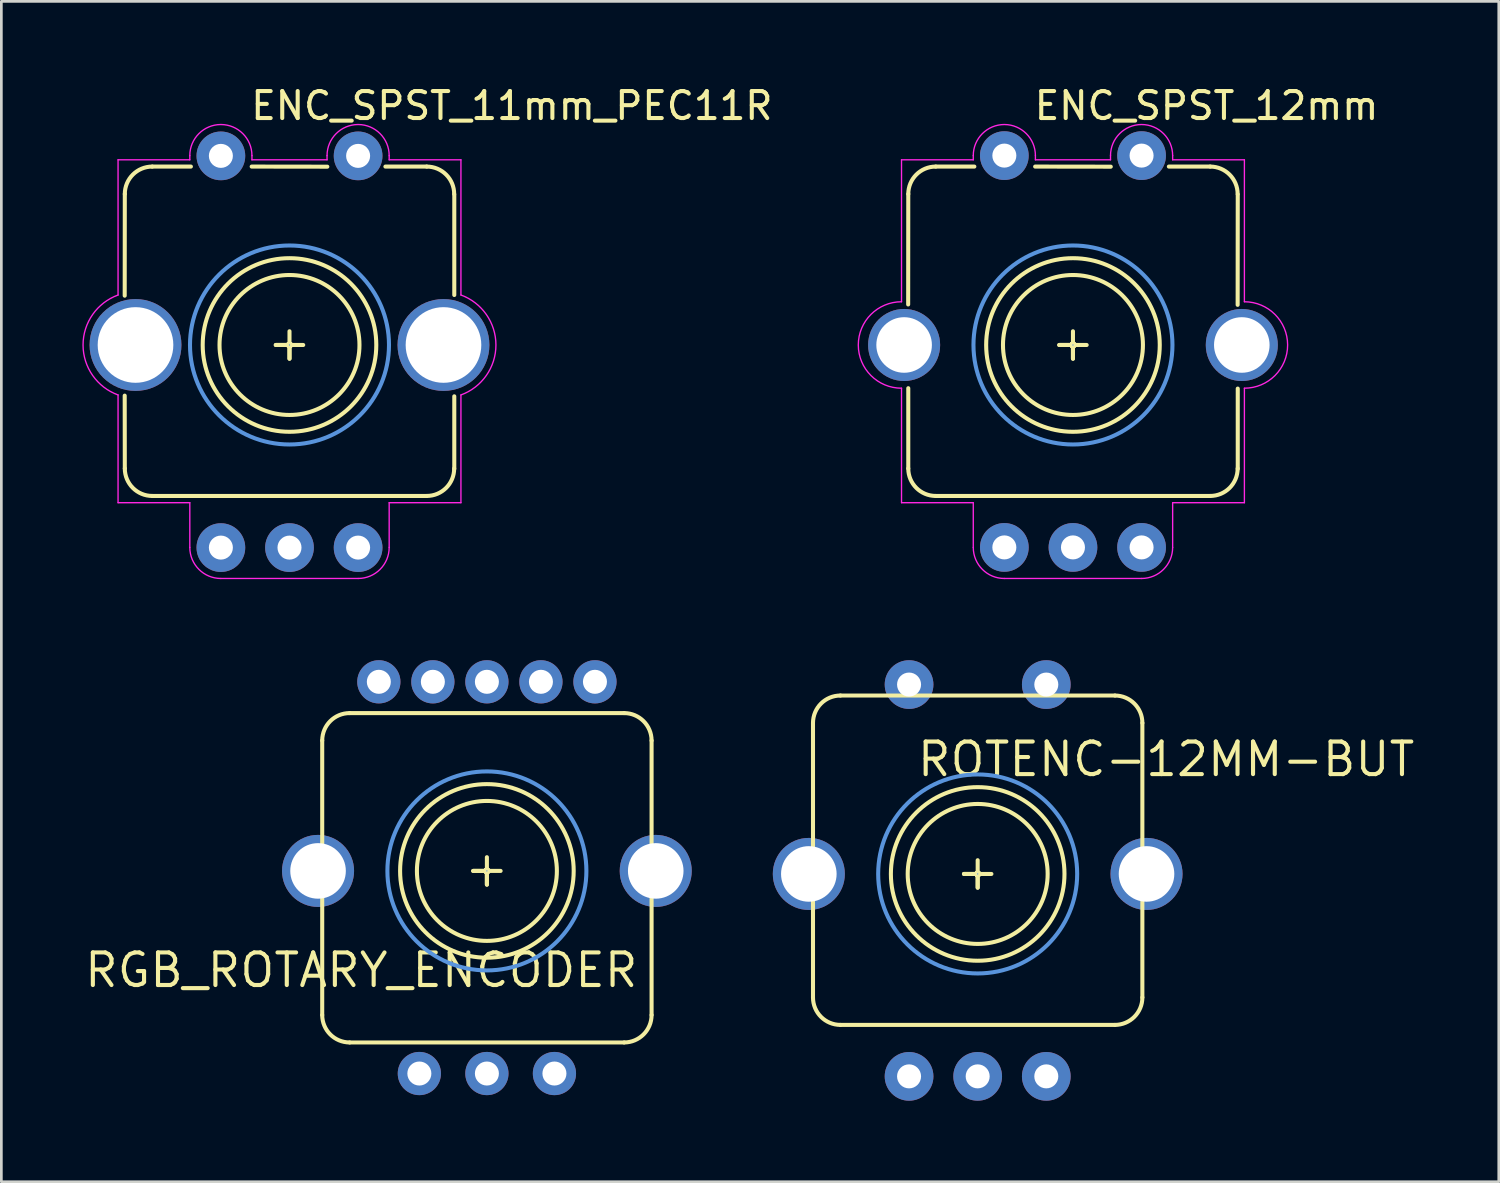
<source format=kicad_pcb>
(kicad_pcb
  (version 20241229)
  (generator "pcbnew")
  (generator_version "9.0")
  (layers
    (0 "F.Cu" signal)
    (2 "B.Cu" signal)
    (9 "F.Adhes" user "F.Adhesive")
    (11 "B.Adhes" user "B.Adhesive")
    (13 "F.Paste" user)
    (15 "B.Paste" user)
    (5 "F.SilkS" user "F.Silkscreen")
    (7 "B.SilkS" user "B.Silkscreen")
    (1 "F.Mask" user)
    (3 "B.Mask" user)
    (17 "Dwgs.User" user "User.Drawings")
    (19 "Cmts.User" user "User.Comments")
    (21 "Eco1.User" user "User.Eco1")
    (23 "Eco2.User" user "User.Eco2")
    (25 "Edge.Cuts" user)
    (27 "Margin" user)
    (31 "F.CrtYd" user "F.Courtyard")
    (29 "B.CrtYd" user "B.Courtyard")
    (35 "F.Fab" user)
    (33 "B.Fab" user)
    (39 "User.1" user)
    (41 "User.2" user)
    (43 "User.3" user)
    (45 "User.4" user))
  (footprint "RGB_ROTARY_ENCODER"
    (layer "F.Cu")
    (at 14.973 29.188)
    (property "Reference" "RGB_ROTARY_ENCODER" (at -14.973 4.379 0) (layer "F.SilkS") (effects (font (size 1.206 1.206) (thickness 0.152)) (justify left bottom)))
    (attr through_hole)
    (fp_line (start -6.096 5.334) (end -6.096 -4.826) (stroke (width 0.15) (type solid)) (layer "F.SilkS"))
    (fp_line (start -5.08 -5.842) (end 5.08 -5.842) (stroke (width 0.15) (type solid)) (layer "F.SilkS"))
    (fp_line (start -0.508 0) (end 0 0) (stroke (width 0.15) (type solid)) (layer "F.SilkS"))
    (fp_line (start 0 -0.508) (end 0 0.508) (stroke (width 0.15) (type solid)) (layer "F.SilkS"))
    (fp_line (start 0 0) (end -0.508 0) (stroke (width 0.15) (type solid)) (layer "F.SilkS"))
    (fp_line (start 0 0) (end 0 0) (stroke (width 0.127) (type solid)) (layer "F.SilkS"))
    (fp_line (start 0 0) (end 0 0) (stroke (width 0.127) (type solid)) (layer "F.SilkS"))
    (fp_line (start 0 0) (end 0 0) (stroke (width 0.127) (type solid)) (layer "F.SilkS"))
    (fp_line (start 0 0) (end 0 0) (stroke (width 0.127) (type solid)) (layer "F.SilkS"))
    (fp_line (start 0 0) (end 0.508 0) (stroke (width 0.15) (type solid)) (layer "F.SilkS"))
    (fp_line (start 0 0.508) (end 0 0) (stroke (width 0.15) (type solid)) (layer "F.SilkS"))
    (fp_line (start 5.08 6.35) (end -5.08 6.35) (stroke (width 0.15) (type solid)) (layer "F.SilkS"))
    (fp_line (start 6.096 -4.826) (end 6.096 5.334) (stroke (width 0.15) (type solid)) (layer "F.SilkS"))
    (fp_arc (start -6.096 -4.826) (mid -5.79842 -5.54442) (end -5.08 -5.842) (stroke (width 0.15) (type solid)) (layer "F.SilkS"))
    (fp_arc (start -5.08 6.35) (mid -5.79842 6.05242) (end -6.096 5.334) (stroke (width 0.15) (type solid)) (layer "F.SilkS"))
    (fp_arc (start 0 0) (mid 0 0) (end 0 0) (stroke (width 0.127) (type solid)) (layer "F.SilkS"))
    (fp_arc (start 0 0) (mid 0 0) (end 0 0) (stroke (width 0.127) (type solid)) (layer "F.SilkS"))
    (fp_arc (start 0 0) (mid 0 0) (end 0 0) (stroke (width 0.127) (type solid)) (layer "F.SilkS"))
    (fp_arc (start 0 0) (mid 0 0) (end 0 0) (stroke (width 0.127) (type solid)) (layer "F.SilkS"))
    (fp_arc (start 5.08 -5.842) (mid 5.79842 -5.54442) (end 6.096 -4.826) (stroke (width 0.15) (type solid)) (layer "F.SilkS"))
    (fp_arc (start 6.096 5.334) (mid 5.79842 6.05242) (end 5.08 6.35) (stroke (width 0.15) (type solid)) (layer "F.SilkS"))
    (fp_circle (center 0 0) (end 0 0) (stroke (width 0.127) (type solid)) (fill no) (layer "F.SilkS"))
    (fp_circle (center 0 0) (end 0 0) (stroke (width 0.127) (type solid)) (fill no) (layer "F.SilkS"))
    (fp_circle (center 0 0) (end 0.508 2.54) (stroke (width 0.15) (type solid)) (fill no) (layer "F.SilkS"))
    (fp_circle (center 0 0) (end 1.016 3.048) (stroke (width 0.15) (type solid)) (fill no) (layer "F.SilkS"))
    (fp_circle (center 0 0) (end 0 0) (stroke (width 0.025) (type solid)) (fill no) (layer "Cmts.User"))
    (fp_circle (center 0 0) (end 3.683 0) (stroke (width 0.15) (type solid)) (fill no) (layer "Cmts.User"))
    (pad "1" thru_hole circle (at -2.5 7.5 90) (size 1.6 1.6) (drill 0.889) (layers "*.Cu" "*.Mask"))
    (pad "2" thru_hole circle (at 0 7.5 90) (size 1.6 1.6) (drill 0.889) (layers "*.Cu" "*.Mask"))
    (pad "3" thru_hole circle (at 2.5 7.5 90) (size 1.6 1.6) (drill 0.889) (layers "*.Cu" "*.Mask"))
    (pad "4" thru_hole circle (at -4 -7 90) (size 1.6 1.6) (drill 0.889) (layers "*.Cu" "*.Mask"))
    (pad "5" thru_hole circle (at -2 -7 90) (size 1.6 1.6) (drill 0.889) (layers "*.Cu" "*.Mask"))
    (pad "6" thru_hole circle (at 0 -7 90) (size 1.6 1.6) (drill 0.889) (layers "*.Cu" "*.Mask"))
    (pad "7" thru_hole circle (at 2 -7 90) (size 1.6 1.6) (drill 0.889) (layers "*.Cu" "*.Mask"))
    (pad "8" thru_hole circle (at 4 -7 90) (size 1.6 1.6) (drill 0.889) (layers "*.Cu" "*.Mask"))
    (pad "NC" thru_hole circle (at -6.25 0) (size 2.667 2.667) (drill 2.057) (layers "*.Cu" "*.Mask"))
    (pad "NC" thru_hole circle (at 6.25 0) (size 2.667 2.667) (drill 2.057) (layers "*.Cu" "*.Mask")))
  (footprint "ROTENC-12MM-BUT"
    (layer "F.Cu")
    (at 33.14 29.3)
    (property "Reference" "ROTENC-12MM-BUT" (at -2.312 -3.54 0) (layer "F.SilkS") (effects (font (size 1.206 1.206) (thickness 0.152)) (justify left bottom)))
    (attr through_hole)
    (fp_line (start -6.096 4.572) (end -6.096 -5.588) (stroke (width 0.15) (type solid)) (layer "F.SilkS"))
    (fp_line (start -5.08 -6.604) (end 5.08 -6.604) (stroke (width 0.15) (type solid)) (layer "F.SilkS"))
    (fp_line (start -0.508 0) (end 0 0) (stroke (width 0.15) (type solid)) (layer "F.SilkS"))
    (fp_line (start 0 -0.508) (end 0 0.508) (stroke (width 0.15) (type solid)) (layer "F.SilkS"))
    (fp_line (start 0 0) (end -0.508 0) (stroke (width 0.15) (type solid)) (layer "F.SilkS"))
    (fp_line (start 0 0) (end 0 0) (stroke (width 0.127) (type solid)) (layer "F.SilkS"))
    (fp_line (start 0 0) (end 0 0) (stroke (width 0.127) (type solid)) (layer "F.SilkS"))
    (fp_line (start 0 0) (end 0 0) (stroke (width 0.127) (type solid)) (layer "F.SilkS"))
    (fp_line (start 0 0) (end 0 0) (stroke (width 0.127) (type solid)) (layer "F.SilkS"))
    (fp_line (start 0 0) (end 0.508 0) (stroke (width 0.15) (type solid)) (layer "F.SilkS"))
    (fp_line (start 0 0.508) (end 0 0) (stroke (width 0.15) (type solid)) (layer "F.SilkS"))
    (fp_line (start 5.08 5.588) (end -5.08 5.588) (stroke (width 0.15) (type solid)) (layer "F.SilkS"))
    (fp_line (start 6.096 -5.588) (end 6.096 4.572) (stroke (width 0.15) (type solid)) (layer "F.SilkS"))
    (fp_arc (start -6.096 -5.588) (mid -5.79842 -6.30642) (end -5.08 -6.604) (stroke (width 0.15) (type solid)) (layer "F.SilkS"))
    (fp_arc (start -5.08 5.588) (mid -5.79842 5.29042) (end -6.096 4.572) (stroke (width 0.15) (type solid)) (layer "F.SilkS"))
    (fp_arc (start 0 0) (mid 0 0) (end 0 0) (stroke (width 0.127) (type solid)) (layer "F.SilkS"))
    (fp_arc (start 0 0) (mid 0 0) (end 0 0) (stroke (width 0.127) (type solid)) (layer "F.SilkS"))
    (fp_arc (start 0 0) (mid 0 0) (end 0 0) (stroke (width 0.127) (type solid)) (layer "F.SilkS"))
    (fp_arc (start 0 0) (mid 0 0) (end 0 0) (stroke (width 0.127) (type solid)) (layer "F.SilkS"))
    (fp_arc (start 5.08 -6.604) (mid 5.79842 -6.30642) (end 6.096 -5.588) (stroke (width 0.15) (type solid)) (layer "F.SilkS"))
    (fp_arc (start 6.096 4.572) (mid 5.79842 5.29042) (end 5.08 5.588) (stroke (width 0.15) (type solid)) (layer "F.SilkS"))
    (fp_circle (center 0 0) (end 0 0) (stroke (width 0.127) (type solid)) (fill no) (layer "F.SilkS"))
    (fp_circle (center 0 0) (end 0 0) (stroke (width 0.127) (type solid)) (fill no) (layer "F.SilkS"))
    (fp_circle (center 0 0) (end 0.508 2.54) (stroke (width 0.15) (type solid)) (fill no) (layer "F.SilkS"))
    (fp_circle (center 0 0) (end 1.016 3.048) (stroke (width 0.15) (type solid)) (fill no) (layer "F.SilkS"))
    (fp_circle (center 0 0) (end 0 0) (stroke (width 0.025) (type solid)) (fill no) (layer "Cmts.User"))
    (fp_circle (center 0 0) (end 3.683 0) (stroke (width 0.15) (type solid)) (fill no) (layer "Cmts.User"))
    (pad "1" thru_hole circle (at -2.54 7.493 90) (size 1.803 1.803) (drill 0.889) (layers "*.Cu" "*.Mask"))
    (pad "2" thru_hole circle (at 0 7.493 90) (size 1.803 1.803) (drill 0.889) (layers "*.Cu" "*.Mask"))
    (pad "3" thru_hole circle (at 2.54 7.493 90) (size 1.803 1.803) (drill 0.889) (layers "*.Cu" "*.Mask"))
    (pad "NC" thru_hole circle (at -6.25 0) (size 2.667 2.667) (drill 2.057) (layers "*.Cu" "*.Mask"))
    (pad "NC" thru_hole circle (at 6.25 0) (size 2.667 2.667) (drill 2.057) (layers "*.Cu" "*.Mask"))
    (pad "SW1" thru_hole circle (at -2.54 -7.01 90) (size 1.803 1.803) (drill 0.889) (layers "*.Cu" "*.Mask"))
    (pad "SW2" thru_hole circle (at 2.54 -7.01 90) (size 1.803 1.803) (drill 0.889) (layers "*.Cu" "*.Mask")))
  (footprint "ENC_SPST_11mm_PEC11R"
    (layer "F.Cu")
    (at 7.666 9.72)
    (property "Reference" "ENC_SPST_11mm_PEC11R" (at -1.51 -8.27 0) (layer "F.SilkS") (effects (font (size 1 1) (thickness 0.15)) (justify left bottom)))
    (attr through_hole)
    (fp_line (start -6.1 -1.825) (end -6.096 -5.588) (stroke (width 0.15) (type solid)) (layer "F.SilkS"))
    (fp_line (start -6.096 4.572) (end -6.1 1.875) (stroke (width 0.15) (type solid)) (layer "F.SilkS"))
    (fp_line (start -5.08 -6.604) (end -3.65 -6.604) (stroke (width 0.15) (type solid)) (layer "F.SilkS"))
    (fp_line (start -1.4 -6.604) (end 1.4 -6.6) (stroke (width 0.15) (type solid)) (layer "F.SilkS"))
    (fp_line (start -0.508 0) (end 0 0) (stroke (width 0.15) (type solid)) (layer "F.SilkS"))
    (fp_line (start 0 -0.508) (end 0 0.508) (stroke (width 0.15) (type solid)) (layer "F.SilkS"))
    (fp_line (start 0 0) (end -0.508 0) (stroke (width 0.15) (type solid)) (layer "F.SilkS"))
    (fp_line (start 0 0) (end 0 0) (stroke (width 0.127) (type solid)) (layer "F.SilkS"))
    (fp_line (start 0 0) (end 0 0) (stroke (width 0.127) (type solid)) (layer "F.SilkS"))
    (fp_line (start 0 0) (end 0 0) (stroke (width 0.127) (type solid)) (layer "F.SilkS"))
    (fp_line (start 0 0) (end 0 0) (stroke (width 0.127) (type solid)) (layer "F.SilkS"))
    (fp_line (start 0 0) (end 0.508 0) (stroke (width 0.15) (type solid)) (layer "F.SilkS"))
    (fp_line (start 0 0.508) (end 0 0) (stroke (width 0.15) (type solid)) (layer "F.SilkS"))
    (fp_line (start 3.55 -6.604) (end 5.08 -6.604) (stroke (width 0.15) (type solid)) (layer "F.SilkS"))
    (fp_line (start 5.08 5.588) (end -5.08 5.588) (stroke (width 0.15) (type solid)) (layer "F.SilkS"))
    (fp_line (start 6.1 -1.85) (end 6.1 -5.574) (stroke (width 0.15) (type solid)) (layer "F.SilkS"))
    (fp_line (start 6.1 4.586) (end 6.1 1.9) (stroke (width 0.15) (type solid)) (layer "F.SilkS"))
    (fp_arc (start -6.096 -5.588) (mid -5.79842 -6.30642) (end -5.08 -6.604) (stroke (width 0.15) (type solid)) (layer "F.SilkS"))
    (fp_arc (start -5.08 5.588) (mid -5.79842 5.29042) (end -6.096 4.572) (stroke (width 0.15) (type solid)) (layer "F.SilkS"))
    (fp_arc (start 0 0) (mid 0 0) (end 0 0) (stroke (width 0.127) (type solid)) (layer "F.SilkS"))
    (fp_arc (start 0 0) (mid 0 0) (end 0 0) (stroke (width 0.127) (type solid)) (layer "F.SilkS"))
    (fp_arc (start 0 0) (mid 0 0) (end 0 0) (stroke (width 0.127) (type solid)) (layer "F.SilkS"))
    (fp_arc (start 0 0) (mid 0 0) (end 0 0) (stroke (width 0.127) (type solid)) (layer "F.SilkS"))
    (fp_arc (start 5.08 -6.604) (mid 5.79842 -6.30642) (end 6.096 -5.588) (stroke (width 0.15) (type solid)) (layer "F.SilkS"))
    (fp_arc (start 6.096 4.572) (mid 5.79842 5.29042) (end 5.08 5.588) (stroke (width 0.15) (type solid)) (layer "F.SilkS"))
    (fp_circle (center 0 0) (end 0 0) (stroke (width 0.127) (type solid)) (fill no) (layer "F.SilkS"))
    (fp_circle (center 0 0) (end 0 0) (stroke (width 0.127) (type solid)) (fill no) (layer "F.SilkS"))
    (fp_circle (center 0 0) (end 0.508 2.54) (stroke (width 0.15) (type solid)) (fill no) (layer "F.SilkS"))
    (fp_circle (center 0 0) (end 1.016 3.048) (stroke (width 0.15) (type solid)) (fill no) (layer "F.SilkS"))
    (fp_circle (center 0 0) (end 0 0) (stroke (width 0.025) (type solid)) (fill no) (layer "Cmts.User"))
    (fp_circle (center 0 0) (end 3.683 0) (stroke (width 0.15) (type solid)) (fill no) (layer "Cmts.User"))
    (fp_line (start -6.346 -6.854) (end -6.346 -1.85) (stroke (width 0.05) (type solid)) (layer "F.CrtYd"))
    (fp_line (start -6.346 1.85) (end -6.346 5.838) (stroke (width 0.05) (type solid)) (layer "F.CrtYd"))
    (fp_line (start -6.346 5.838) (end -3.69 5.838) (stroke (width 0.05) (type solid)) (layer "F.CrtYd"))
    (fp_line (start -3.69 -7.01) (end -3.69 -6.854) (stroke (width 0.05) (type solid)) (layer "F.CrtYd"))
    (fp_line (start -3.69 -6.854) (end -6.346 -6.854) (stroke (width 0.05) (type solid)) (layer "F.CrtYd"))
    (fp_line (start -3.69 5.838) (end -3.69 7.493) (stroke (width 0.05) (type solid)) (layer "F.CrtYd"))
    (fp_line (start -2.54 8.643) (end 2.54 8.643) (stroke (width 0.05) (type solid)) (layer "F.CrtYd"))
    (fp_line (start -1.39 -6.854) (end -1.39 -7.01) (stroke (width 0.05) (type solid)) (layer "F.CrtYd"))
    (fp_line (start 1.39 -7.01) (end 1.39 -6.854) (stroke (width 0.05) (type solid)) (layer "F.CrtYd"))
    (fp_line (start 1.39 -6.854) (end -1.39 -6.854) (stroke (width 0.05) (type solid)) (layer "F.CrtYd"))
    (fp_line (start 3.69 -6.854) (end 3.69 -7.01) (stroke (width 0.05) (type solid)) (layer "F.CrtYd"))
    (fp_line (start 3.69 5.838) (end 6.346 5.838) (stroke (width 0.05) (type solid)) (layer "F.CrtYd"))
    (fp_line (start 3.69 7.493) (end 3.69 5.838) (stroke (width 0.05) (type solid)) (layer "F.CrtYd"))
    (fp_line (start 6.346 -6.854) (end 3.69 -6.854) (stroke (width 0.05) (type solid)) (layer "F.CrtYd"))
    (fp_line (start 6.346 -1.85) (end 6.346 -6.854) (stroke (width 0.05) (type solid)) (layer "F.CrtYd"))
    (fp_line (start 6.346 5.838) (end 6.346 1.85) (stroke (width 0.05) (type solid)) (layer "F.CrtYd"))
    (fp_arc (start -6.346 1.85) (mid -7.641384 0) (end -6.346 -1.85) (stroke (width 0.05) (type solid)) (layer "F.CrtYd"))
    (fp_arc (start -3.69 -7.0104) (mid -2.54 -8.1604) (end -1.39 -7.0104) (stroke (width 0.05) (type solid)) (layer "F.CrtYd"))
    (fp_arc (start -2.54 8.643) (mid -3.353173 8.306173) (end -3.69 7.493) (stroke (width 0.05) (type solid)) (layer "F.CrtYd"))
    (fp_arc (start 1.39 -7.0104) (mid 2.54 -8.1604) (end 3.69 -7.0104) (stroke (width 0.05) (type solid)) (layer "F.CrtYd"))
    (fp_arc (start 3.69 7.493) (mid 3.353173 8.306173) (end 2.54 8.643) (stroke (width 0.05) (type solid)) (layer "F.CrtYd"))
    (fp_arc (start 6.346 -1.85) (mid 7.641384 0) (end 6.346 1.85) (stroke (width 0.05) (type solid)) (layer "F.CrtYd"))
    (pad "1" thru_hole circle (at -2.54 7.5 90) (size 1.803 1.803) (drill 0.889) (layers "*.Cu" "*.Mask"))
    (pad "2" thru_hole circle (at 0 7.5 90) (size 1.803 1.803) (drill 0.889) (layers "*.Cu" "*.Mask"))
    (pad "3" thru_hole circle (at 2.54 7.5 90) (size 1.803 1.803) (drill 0.889) (layers "*.Cu" "*.Mask"))
    (pad "SH1" thru_hole circle (at -5.7 0) (size 3.4 3.4) (drill 2.8) (layers "*.Cu" "*.Mask"))
    (pad "SH2" thru_hole circle (at 5.7 0) (size 3.4 3.4) (drill 2.8) (layers "*.Cu" "*.Mask"))
    (pad "SW1" thru_hole circle (at -2.54 -7 90) (size 1.803 1.803) (drill 0.889) (layers "*.Cu" "*.Mask"))
    (pad "SW2" thru_hole circle (at 2.54 -7 90) (size 1.803 1.803) (drill 0.889) (layers "*.Cu" "*.Mask")))
  (footprint "ENC_SPST_12mm"
    (layer "F.Cu")
    (at 36.667 9.72)
    (property "Reference" "ENC_SPST_12mm" (at -1.51 -8.27 0) (layer "F.SilkS") (effects (font (size 1 1) (thickness 0.15)) (justify left bottom)))
    (attr through_hole)
    (fp_line (start -6.1 -1.5) (end -6.096 -5.588) (stroke (width 0.15) (type solid)) (layer "F.SilkS"))
    (fp_line (start -6.096 4.572) (end -6.096 1.6) (stroke (width 0.15) (type solid)) (layer "F.SilkS"))
    (fp_line (start -5.08 -6.604) (end -3.65 -6.604) (stroke (width 0.15) (type solid)) (layer "F.SilkS"))
    (fp_line (start -1.4 -6.604) (end 1.4 -6.6) (stroke (width 0.15) (type solid)) (layer "F.SilkS"))
    (fp_line (start -0.508 0) (end 0 0) (stroke (width 0.15) (type solid)) (layer "F.SilkS"))
    (fp_line (start 0 -0.508) (end 0 0.508) (stroke (width 0.15) (type solid)) (layer "F.SilkS"))
    (fp_line (start 0 0) (end -0.508 0) (stroke (width 0.15) (type solid)) (layer "F.SilkS"))
    (fp_line (start 0 0) (end 0 0) (stroke (width 0.127) (type solid)) (layer "F.SilkS"))
    (fp_line (start 0 0) (end 0 0) (stroke (width 0.127) (type solid)) (layer "F.SilkS"))
    (fp_line (start 0 0) (end 0 0) (stroke (width 0.127) (type solid)) (layer "F.SilkS"))
    (fp_line (start 0 0) (end 0 0) (stroke (width 0.127) (type solid)) (layer "F.SilkS"))
    (fp_line (start 0 0) (end 0.508 0) (stroke (width 0.15) (type solid)) (layer "F.SilkS"))
    (fp_line (start 0 0.508) (end 0 0) (stroke (width 0.15) (type solid)) (layer "F.SilkS"))
    (fp_line (start 3.55 -6.604) (end 5.08 -6.604) (stroke (width 0.15) (type solid)) (layer "F.SilkS"))
    (fp_line (start 5.08 5.588) (end -5.08 5.588) (stroke (width 0.15) (type solid)) (layer "F.SilkS"))
    (fp_line (start 6.096 -1.486) (end 6.1 -5.574) (stroke (width 0.15) (type solid)) (layer "F.SilkS"))
    (fp_line (start 6.1 4.586) (end 6.1 1.614) (stroke (width 0.15) (type solid)) (layer "F.SilkS"))
    (fp_arc (start -6.096 -5.588) (mid -5.79842 -6.30642) (end -5.08 -6.604) (stroke (width 0.15) (type solid)) (layer "F.SilkS"))
    (fp_arc (start -5.08 5.588) (mid -5.79842 5.29042) (end -6.096 4.572) (stroke (width 0.15) (type solid)) (layer "F.SilkS"))
    (fp_arc (start 0 0) (mid 0 0) (end 0 0) (stroke (width 0.127) (type solid)) (layer "F.SilkS"))
    (fp_arc (start 0 0) (mid 0 0) (end 0 0) (stroke (width 0.127) (type solid)) (layer "F.SilkS"))
    (fp_arc (start 0 0) (mid 0 0) (end 0 0) (stroke (width 0.127) (type solid)) (layer "F.SilkS"))
    (fp_arc (start 0 0) (mid 0 0) (end 0 0) (stroke (width 0.127) (type solid)) (layer "F.SilkS"))
    (fp_arc (start 5.08 -6.604) (mid 5.79842 -6.30642) (end 6.096 -5.588) (stroke (width 0.15) (type solid)) (layer "F.SilkS"))
    (fp_arc (start 6.096 4.572) (mid 5.79842 5.29042) (end 5.08 5.588) (stroke (width 0.15) (type solid)) (layer "F.SilkS"))
    (fp_circle (center 0 0) (end 0 0) (stroke (width 0.127) (type solid)) (fill no) (layer "F.SilkS"))
    (fp_circle (center 0 0) (end 0 0) (stroke (width 0.127) (type solid)) (fill no) (layer "F.SilkS"))
    (fp_circle (center 0 0) (end 0.508 2.54) (stroke (width 0.15) (type solid)) (fill no) (layer "F.SilkS"))
    (fp_circle (center 0 0) (end 1.016 3.048) (stroke (width 0.15) (type solid)) (fill no) (layer "F.SilkS"))
    (fp_circle (center 0 0) (end 0 0) (stroke (width 0.025) (type solid)) (fill no) (layer "Cmts.User"))
    (fp_circle (center 0 0) (end 3.683 0) (stroke (width 0.15) (type solid)) (fill no) (layer "Cmts.User"))
    (fp_line (start -6.346 -6.854) (end -6.346 -1.6) (stroke (width 0.05) (type solid)) (layer "F.CrtYd"))
    (fp_line (start -6.346 1.6) (end -6.346 5.838) (stroke (width 0.05) (type solid)) (layer "F.CrtYd"))
    (fp_line (start -6.346 5.838) (end -3.69 5.838) (stroke (width 0.05) (type solid)) (layer "F.CrtYd"))
    (fp_line (start -3.69 -7.01) (end -3.69 -6.854) (stroke (width 0.05) (type solid)) (layer "F.CrtYd"))
    (fp_line (start -3.69 -6.854) (end -6.346 -6.854) (stroke (width 0.05) (type solid)) (layer "F.CrtYd"))
    (fp_line (start -3.69 5.838) (end -3.69 7.493) (stroke (width 0.05) (type solid)) (layer "F.CrtYd"))
    (fp_line (start -2.54 8.643) (end 2.54 8.643) (stroke (width 0.05) (type solid)) (layer "F.CrtYd"))
    (fp_line (start -1.39 -6.854) (end -1.39 -7.01) (stroke (width 0.05) (type solid)) (layer "F.CrtYd"))
    (fp_line (start 1.39 -7.01) (end 1.39 -6.854) (stroke (width 0.05) (type solid)) (layer "F.CrtYd"))
    (fp_line (start 1.39 -6.854) (end -1.39 -6.854) (stroke (width 0.05) (type solid)) (layer "F.CrtYd"))
    (fp_line (start 3.69 -6.854) (end 3.69 -7.01) (stroke (width 0.05) (type solid)) (layer "F.CrtYd"))
    (fp_line (start 3.69 5.838) (end 6.346 5.838) (stroke (width 0.05) (type solid)) (layer "F.CrtYd"))
    (fp_line (start 3.69 7.493) (end 3.69 5.838) (stroke (width 0.05) (type solid)) (layer "F.CrtYd"))
    (fp_line (start 6.346 -6.854) (end 3.69 -6.854) (stroke (width 0.05) (type solid)) (layer "F.CrtYd"))
    (fp_line (start 6.346 -1.6) (end 6.346 -6.854) (stroke (width 0.05) (type solid)) (layer "F.CrtYd"))
    (fp_line (start 6.346 5.838) (end 6.346 1.6) (stroke (width 0.05) (type solid)) (layer "F.CrtYd"))
    (fp_arc (start -6.346 1.6) (mid -7.950005 0) (end -6.346 -1.6) (stroke (width 0.05) (type solid)) (layer "F.CrtYd"))
    (fp_arc (start -3.69 -7.0104) (mid -2.54 -8.1604) (end -1.39 -7.0104) (stroke (width 0.05) (type solid)) (layer "F.CrtYd"))
    (fp_arc (start -2.54 8.643) (mid -3.353173 8.306173) (end -3.69 7.493) (stroke (width 0.05) (type solid)) (layer "F.CrtYd"))
    (fp_arc (start 1.39 -7.0104) (mid 2.54 -8.1604) (end 3.69 -7.0104) (stroke (width 0.05) (type solid)) (layer "F.CrtYd"))
    (fp_arc (start 3.69 7.493) (mid 3.353173 8.306173) (end 2.54 8.643) (stroke (width 0.05) (type solid)) (layer "F.CrtYd"))
    (fp_arc (start 6.346 -1.6) (mid 7.946 0) (end 6.346 1.6) (stroke (width 0.05) (type solid)) (layer "F.CrtYd"))
    (pad "1" thru_hole circle (at -2.54 7.493 90) (size 1.803 1.803) (drill 0.889) (layers "*.Cu" "*.Mask"))
    (pad "2" thru_hole circle (at 0 7.493 90) (size 1.803 1.803) (drill 0.889) (layers "*.Cu" "*.Mask"))
    (pad "3" thru_hole circle (at 2.54 7.493 90) (size 1.803 1.803) (drill 0.889) (layers "*.Cu" "*.Mask"))
    (pad "NC" thru_hole circle (at -6.25 0) (size 2.667 2.667) (drill 2.057) (layers "*.Cu" "*.Mask"))
    (pad "NC" thru_hole circle (at 6.25 0) (size 2.667 2.667) (drill 2.057) (layers "*.Cu" "*.Mask"))
    (pad "SW1" thru_hole circle (at -2.54 -7.01 90) (size 1.803 1.803) (drill 0.889) (layers "*.Cu" "*.Mask"))
    (pad "SW2" thru_hole circle (at 2.54 -7.01 90) (size 1.803 1.803) (drill 0.889) (layers "*.Cu" "*.Mask")))
  (gr_rect
    (start -3 -3)
    (end 52.429 40.695)
    (stroke (width 0.1) (type default))
    (fill no)
    (layer "Edge.Cuts")))
</source>
